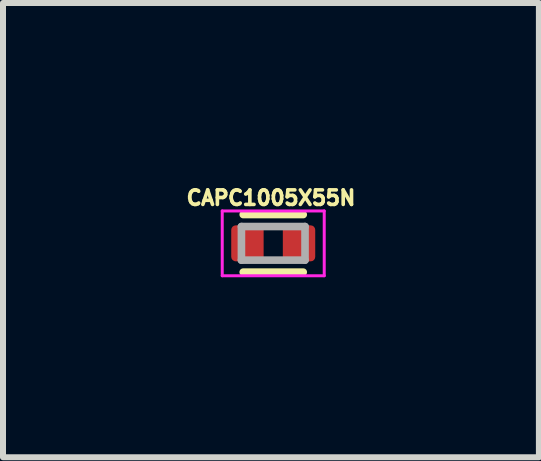
<source format=kicad_pcb>
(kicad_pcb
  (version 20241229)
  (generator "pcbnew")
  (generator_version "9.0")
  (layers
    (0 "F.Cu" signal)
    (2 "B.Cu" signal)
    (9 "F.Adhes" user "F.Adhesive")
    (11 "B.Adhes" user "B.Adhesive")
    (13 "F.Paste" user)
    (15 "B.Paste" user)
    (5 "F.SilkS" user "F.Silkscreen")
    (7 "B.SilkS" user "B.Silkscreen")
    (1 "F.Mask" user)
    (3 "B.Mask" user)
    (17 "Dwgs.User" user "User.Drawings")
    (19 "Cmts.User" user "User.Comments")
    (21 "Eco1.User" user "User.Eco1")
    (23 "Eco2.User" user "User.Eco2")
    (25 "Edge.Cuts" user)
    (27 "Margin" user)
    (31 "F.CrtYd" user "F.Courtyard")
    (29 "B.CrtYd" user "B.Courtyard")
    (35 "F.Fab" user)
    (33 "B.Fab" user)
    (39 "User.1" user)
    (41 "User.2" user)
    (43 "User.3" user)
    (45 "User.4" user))
  (footprint "CAPC1005X55N"
    (layer "F.Cu")
    (at 1.504 1.006)
    (property "Reference" "CAPC1005X55N" (at -0.038 -0.758 0) (layer "F.SilkS") (effects (font (size 0.242 0.242) (thickness 0.15))))
    (attr smd)
    (fp_line (start -0.5 0.48) (end 0.5 0.48) (stroke (width 0.127) (type solid)) (layer "F.SilkS"))
    (fp_line (start 0.5 -0.48) (end -0.5 -0.48) (stroke (width 0.127) (type solid)) (layer "F.SilkS"))
    (fp_line (start -0.85 -0.54) (end -0.85 0.54) (stroke (width 0.05) (type solid)) (layer "F.CrtYd"))
    (fp_line (start -0.85 0.54) (end 0.85 0.54) (stroke (width 0.05) (type solid)) (layer "F.CrtYd"))
    (fp_line (start 0.85 -0.54) (end -0.85 -0.54) (stroke (width 0.05) (type solid)) (layer "F.CrtYd"))
    (fp_line (start 0.85 0.54) (end 0.85 -0.54) (stroke (width 0.05) (type solid)) (layer "F.CrtYd"))
    (fp_line (start -0.53 -0.28) (end -0.53 0.28) (stroke (width 0.127) (type solid)) (layer "F.Fab"))
    (fp_line (start -0.53 0.28) (end 0.53 0.28) (stroke (width 0.127) (type solid)) (layer "F.Fab"))
    (fp_line (start 0.53 -0.28) (end -0.53 -0.28) (stroke (width 0.127) (type solid)) (layer "F.Fab"))
    (fp_line (start 0.53 0.28) (end 0.53 -0.28) (stroke (width 0.127) (type solid)) (layer "F.Fab"))
    (pad "1" smd roundrect (at -0.43 0 90) (size 0.6 0.54) (layers "F.Cu" "F.Mask" "F.Paste") (roundrect_rratio 0.14))
    (pad "2" smd roundrect (at 0.43 0 90) (size 0.6 0.54) (layers "F.Cu" "F.Mask" "F.Paste") (roundrect_rratio 0.14)))
  (gr_rect
    (start -3 -3)
    (end 5.932 4.571)
    (stroke (width 0.1) (type default))
    (fill no)
    (layer "Edge.Cuts")))
</source>
